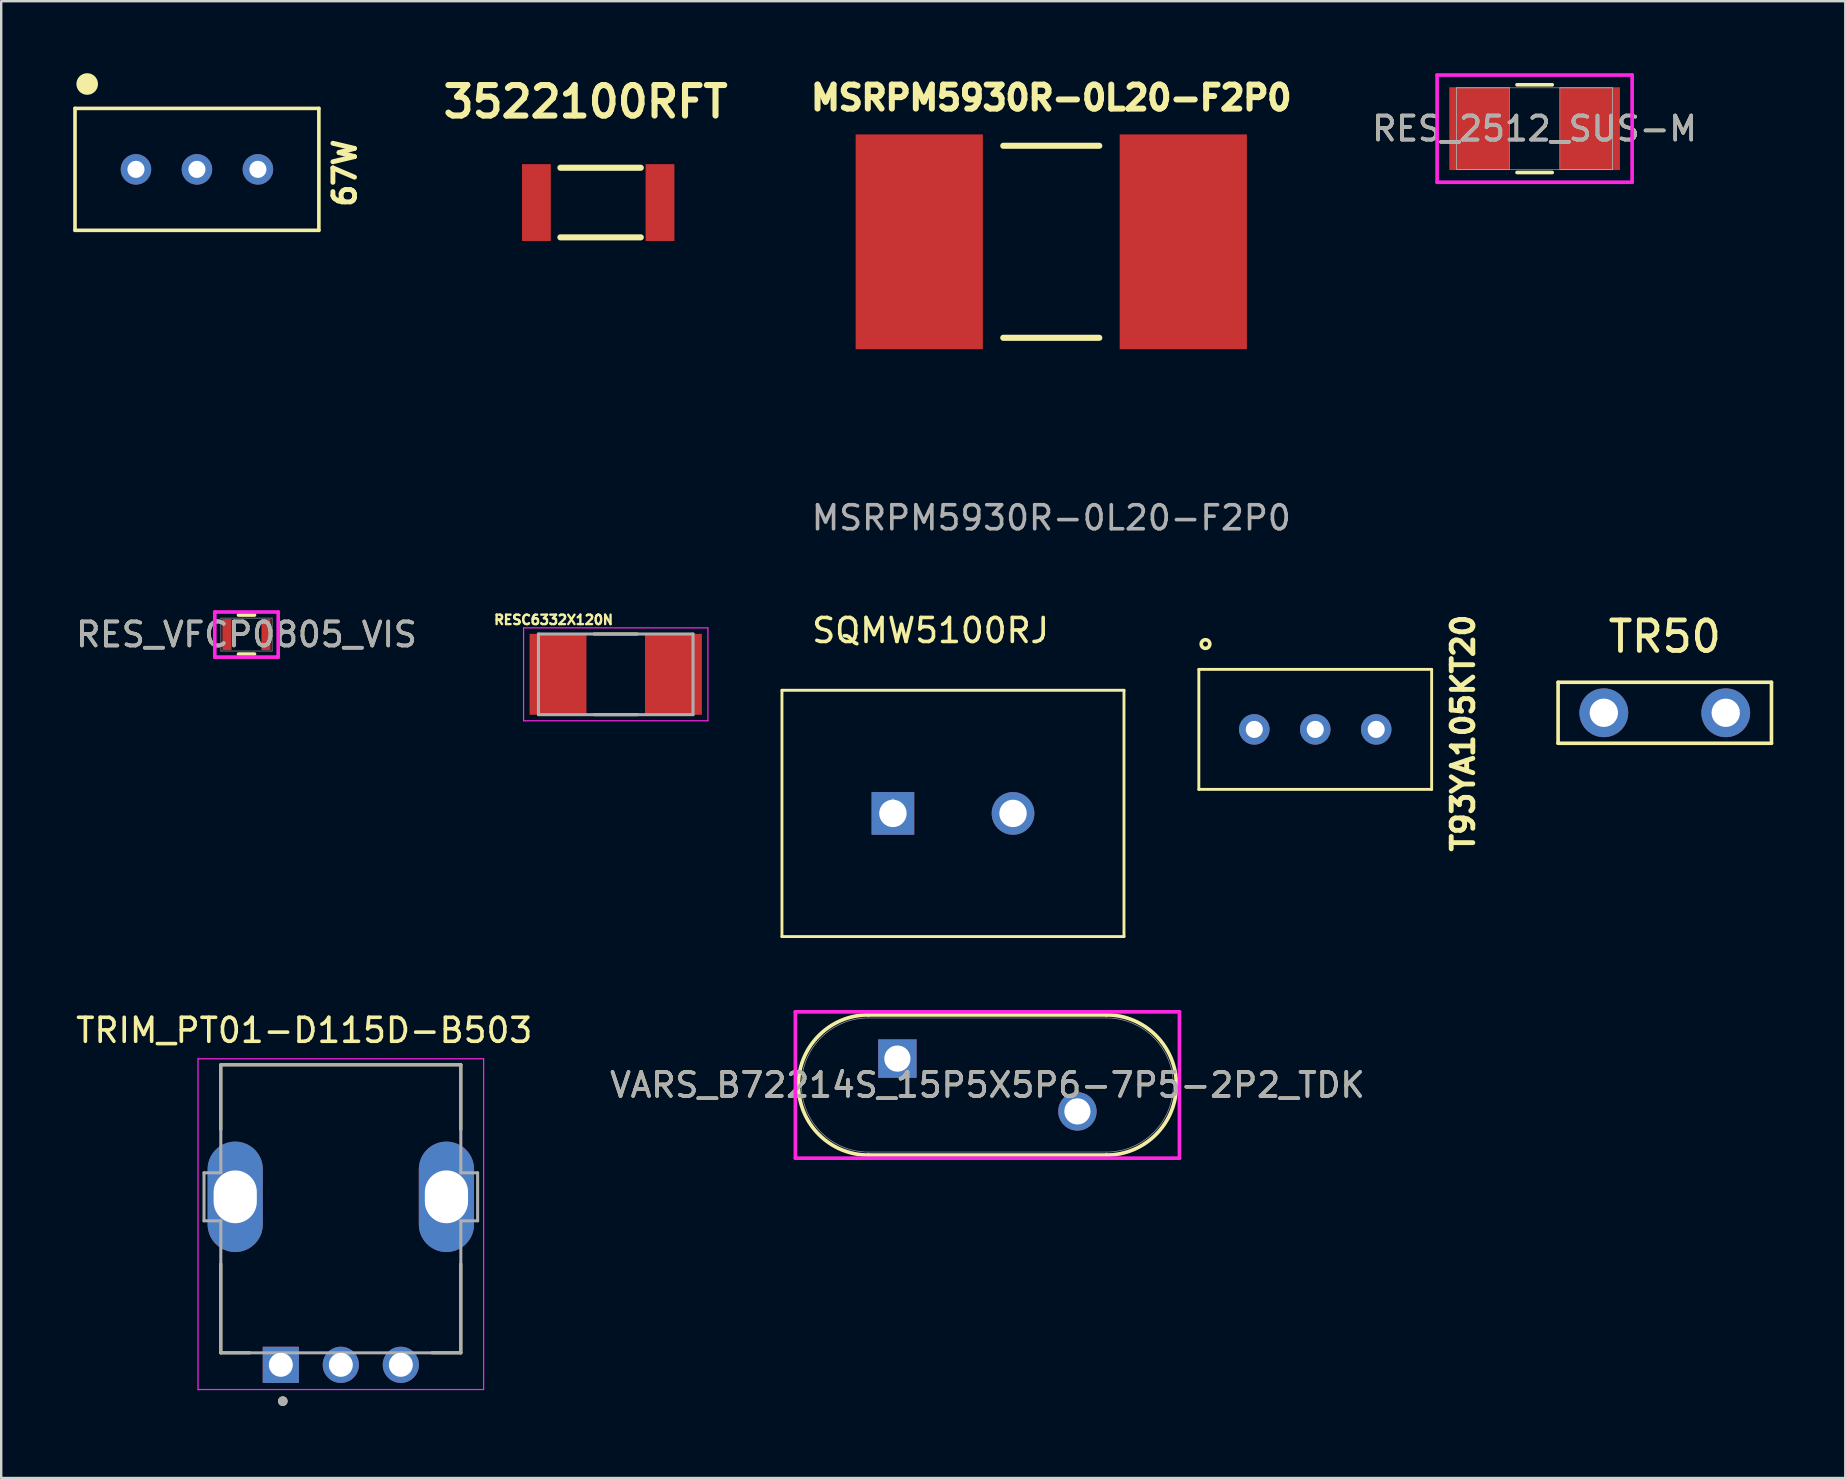
<source format=kicad_pcb>
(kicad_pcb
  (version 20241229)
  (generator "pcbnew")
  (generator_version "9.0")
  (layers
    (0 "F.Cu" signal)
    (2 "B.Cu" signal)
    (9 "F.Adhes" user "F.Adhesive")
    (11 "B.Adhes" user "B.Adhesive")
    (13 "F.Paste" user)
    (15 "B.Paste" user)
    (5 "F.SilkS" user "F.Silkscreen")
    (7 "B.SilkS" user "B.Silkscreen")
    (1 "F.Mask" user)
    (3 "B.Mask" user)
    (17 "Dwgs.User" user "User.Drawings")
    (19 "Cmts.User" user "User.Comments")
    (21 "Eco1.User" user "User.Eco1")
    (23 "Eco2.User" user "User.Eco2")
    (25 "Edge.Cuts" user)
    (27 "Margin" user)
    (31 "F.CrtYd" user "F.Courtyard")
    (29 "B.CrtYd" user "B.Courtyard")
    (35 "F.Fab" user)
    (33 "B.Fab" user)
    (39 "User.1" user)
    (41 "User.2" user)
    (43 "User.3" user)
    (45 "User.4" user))
  (footprint "SQMW5100RJ"
    (layer "F.Cu")
    (at 34.152 30.84)
    (property "Reference" "SQMW5100RJ" (at 1.57 -7.62 0) (layer "F.SilkS") (effects (font (size 1 1) (thickness 0.15))))
    (attr through_hole)
    (fp_line (start -4.623 -5.131) (end -4.623 5.131) (stroke (width 0.12) (type solid)) (layer "F.SilkS"))
    (fp_line (start 9.627 -5.131) (end -4.623 -5.131) (stroke (width 0.12) (type solid)) (layer "F.SilkS"))
    (fp_line (start 9.627 -5.131) (end 9.627 5.131) (stroke (width 0.12) (type solid)) (layer "F.SilkS"))
    (fp_line (start 9.627 5.131) (end -4.623 5.131) (stroke (width 0.12) (type solid)) (layer "F.SilkS"))
    (fp_text user "*" (at 0 0 0) (layer "F.Fab") (effects (font (size 1 1) (thickness 0.15))))
    (pad "1" thru_hole rect (at 0 0) (size 1.778 1.778) (drill 1.143) (layers "*.Cu" "*.Mask"))
    (pad "2" thru_hole circle (at 5.004 0) (size 1.778 1.778) (drill 1.143) (layers "*.Cu" "*.Mask")))
  (footprint "RESC6332X120N"
    (layer "F.Cu")
    (at 22.604 25.045)
    (property "Reference" "RESC6332X120N" (at -2.59 -2.27 0) (layer "F.SilkS") (effects (font (size 0.394 0.394) (thickness 0.098))))
    (attr smd)
    (fp_line (start -0.9 -1.68) (end 0.9 -1.68) (stroke (width 0.127) (type solid)) (layer "F.SilkS"))
    (fp_line (start -0.9 1.68) (end 0.9 1.68) (stroke (width 0.127) (type solid)) (layer "F.SilkS"))
    (fp_line (start -3.84 -1.935) (end 3.84 -1.935) (stroke (width 0.05) (type solid)) (layer "F.CrtYd"))
    (fp_line (start -3.84 1.935) (end -3.84 -1.935) (stroke (width 0.05) (type solid)) (layer "F.CrtYd"))
    (fp_line (start -3.84 1.935) (end 3.84 1.935) (stroke (width 0.05) (type solid)) (layer "F.CrtYd"))
    (fp_line (start 3.84 1.935) (end 3.84 -1.935) (stroke (width 0.05) (type solid)) (layer "F.CrtYd"))
    (fp_line (start -3.22 1.68) (end -3.22 -1.68) (stroke (width 0.127) (type solid)) (layer "F.Fab"))
    (fp_line (start 3.22 -1.68) (end -3.22 -1.68) (stroke (width 0.127) (type solid)) (layer "F.Fab"))
    (fp_line (start 3.22 1.68) (end -3.22 1.68) (stroke (width 0.127) (type solid)) (layer "F.Fab"))
    (fp_line (start 3.22 1.68) (end 3.22 -1.68) (stroke (width 0.127) (type solid)) (layer "F.Fab"))
    (pad "1" smd rect (at -2.405 0) (size 2.37 3.37) (layers "F.Cu" "F.Mask" "F.Paste"))
    (pad "2" smd rect (at 2.405 0) (size 2.37 3.37) (layers "F.Cu" "F.Mask" "F.Paste")))
  (footprint "TR50"
    (layer "F.Cu")
    (at 66.311 26.647)
    (property "Reference" "TR50" (at 0 -3.175 0) (layer "F.SilkS") (effects (font (size 1.27 1.27) (thickness 0.203))))
    (attr through_hole)
    (fp_line (start -4.445 -1.27) (end -4.445 1.27) (stroke (width 0.15) (type solid)) (layer "F.SilkS"))
    (fp_line (start -4.445 1.27) (end 4.445 1.27) (stroke (width 0.15) (type solid)) (layer "F.SilkS"))
    (fp_line (start 4.445 -1.27) (end -4.445 -1.27) (stroke (width 0.15) (type solid)) (layer "F.SilkS"))
    (fp_line (start 4.445 1.27) (end 4.445 -1.27) (stroke (width 0.15) (type solid)) (layer "F.SilkS"))
    (pad "1" thru_hole circle (at -2.54 0) (size 2.032 2.032) (drill 1.181) (layers "*.Cu" "*.Mask"))
    (pad "2" thru_hole circle (at 2.54 0) (size 2.032 2.032) (drill 1.181) (layers "*.Cu" "*.Mask")))
  (footprint "MSRPM5930R-0L20-F2P0"
    (layer "F.Cu")
    (at 40.75 7.024)
    (property "Reference" "MSRPM5930R-0L20-F2P0" (at 0 -6 0) (unlocked yes) (layer "F.SilkS") (effects (font (size 1 1) (thickness 0.25))))
    (attr smd)
    (fp_line (start -2 -4) (end 2 -4) (stroke (width 0.254) (type default)) (layer "F.SilkS"))
    (fp_line (start -2 4) (end 2 4) (stroke (width 0.254) (type default)) (layer "F.SilkS"))
    (fp_text user "${REFERENCE}" (at 0 11.5 0) (unlocked yes) (layer "F.Fab") (effects (font (size 1 1) (thickness 0.15))))
    (pad "1" smd rect (at -5.5 0 270) (size 8.95 5.3) (layers "F.Cu" "F.Mask" "F.Paste"))
    (pad "2" smd rect (at 5.5 0 270) (size 8.95 5.3) (layers "F.Cu" "F.Mask" "F.Paste")))
  (footprint "RES_VFCP0805_VIS"
    (layer "F.Cu")
    (at 7.22 23.388)
    (property "Reference" "RES_VFCP0805_VIS" (at 0 0 0) (unlocked yes) (layer "F.SilkS") (effects (font (size 1 1) (thickness 0.15))))
    (attr smd)
    (fp_line (start -0.333 0.813) (end 0.333 0.813) (stroke (width 0.152) (type solid)) (layer "F.SilkS"))
    (fp_line (start 0.333 -0.813) (end -0.333 -0.813) (stroke (width 0.152) (type solid)) (layer "F.SilkS"))
    (fp_line (start -1.321 -0.94) (end 1.321 -0.94) (stroke (width 0.152) (type solid)) (layer "F.CrtYd"))
    (fp_line (start -1.321 -0.902) (end -1.321 -0.94) (stroke (width 0.152) (type solid)) (layer "F.CrtYd"))
    (fp_line (start -1.321 -0.902) (end -1.321 -0.902) (stroke (width 0.152) (type solid)) (layer "F.CrtYd"))
    (fp_line (start -1.321 0.902) (end -1.321 -0.902) (stroke (width 0.152) (type solid)) (layer "F.CrtYd"))
    (fp_line (start -1.321 0.902) (end -1.321 0.902) (stroke (width 0.152) (type solid)) (layer "F.CrtYd"))
    (fp_line (start -1.321 0.94) (end -1.321 0.902) (stroke (width 0.152) (type solid)) (layer "F.CrtYd"))
    (fp_line (start 1.321 -0.94) (end 1.321 -0.902) (stroke (width 0.152) (type solid)) (layer "F.CrtYd"))
    (fp_line (start 1.321 -0.902) (end 1.321 -0.902) (stroke (width 0.152) (type solid)) (layer "F.CrtYd"))
    (fp_line (start 1.321 -0.902) (end 1.321 0.902) (stroke (width 0.152) (type solid)) (layer "F.CrtYd"))
    (fp_line (start 1.321 0.902) (end 1.321 0.902) (stroke (width 0.152) (type solid)) (layer "F.CrtYd"))
    (fp_line (start 1.321 0.902) (end 1.321 0.94) (stroke (width 0.152) (type solid)) (layer "F.CrtYd"))
    (fp_line (start 1.321 0.94) (end -1.321 0.94) (stroke (width 0.152) (type solid)) (layer "F.CrtYd"))
    (fp_line (start -1.067 -0.686) (end -1.067 0.686) (stroke (width 0.025) (type solid)) (layer "F.Fab"))
    (fp_line (start -1.067 0.686) (end 1.067 0.686) (stroke (width 0.025) (type solid)) (layer "F.Fab"))
    (fp_line (start 1.067 -0.686) (end -1.067 -0.686) (stroke (width 0.025) (type solid)) (layer "F.Fab"))
    (fp_line (start 1.067 0.686) (end 1.067 -0.686) (stroke (width 0.025) (type solid)) (layer "F.Fab"))
    (fp_text user "${REFERENCE}" (at 0 0 0) (unlocked yes) (layer "F.Fab") (effects (font (size 1 1) (thickness 0.15))))
    (pad "1" smd rect (at -0.813 0) (size 0.381 1.295) (layers "F.Cu" "F.Mask" "F.Paste"))
    (pad "2" smd rect (at 0.813 0) (size 0.381 1.295) (layers "F.Cu" "F.Mask" "F.Paste")))
  (footprint "VARS_B72214S_15P5X5P6-7P5-2P2_TDK"
    (layer "F.Cu")
    (at 38.089 42.155)
    (property "Reference" "VARS_B72214S_15P5X5P6-7P5-2P2_TDK" (at 0 0 0) (unlocked yes) (layer "F.SilkS") (effects (font (size 1 1) (thickness 0.15))))
    (attr through_hole)
    (fp_line (start -4.953 -2.921) (end 4.953 -2.921) (stroke (width 0.152) (type solid)) (layer "F.SilkS"))
    (fp_line (start -4.953 2.921) (end 4.953 2.921) (stroke (width 0.152) (type solid)) (layer "F.SilkS"))
    (fp_arc (start -4.953 2.921) (mid -7.874 0) (end -4.953 -2.921) (stroke (width 0.1524) (type solid)) (layer "F.SilkS"))
    (fp_arc (start 4.953 -2.921) (mid 7.018459 -2.065459) (end 7.874 0) (stroke (width 0.1524) (type solid)) (layer "F.SilkS"))
    (fp_arc (start 7.874 0) (mid 7.018459 2.065459) (end 4.953 2.921) (stroke (width 0.1524) (type solid)) (layer "F.SilkS"))
    (fp_line (start -8.001 -3.048) (end 8.001 -3.048) (stroke (width 0.152) (type solid)) (layer "F.CrtYd"))
    (fp_line (start -8.001 3.048) (end -8.001 -3.048) (stroke (width 0.152) (type solid)) (layer "F.CrtYd"))
    (fp_line (start 8.001 -3.048) (end 8.001 3.048) (stroke (width 0.152) (type solid)) (layer "F.CrtYd"))
    (fp_line (start 8.001 3.048) (end -8.001 3.048) (stroke (width 0.152) (type solid)) (layer "F.CrtYd"))
    (fp_line (start -4.953 -2.794) (end 4.953 -2.794) (stroke (width 0.025) (type solid)) (layer "F.Fab"))
    (fp_line (start -4.953 2.794) (end 4.953 2.794) (stroke (width 0.025) (type solid)) (layer "F.Fab"))
    (fp_arc (start -4.953 2.794) (mid -7.747 0) (end -4.953 -2.794) (stroke (width 0.0254) (type solid)) (layer "F.Fab"))
    (fp_arc (start 4.953 -2.794) (mid 7.747 0) (end 4.953 2.794) (stroke (width 0.0254) (type solid)) (layer "F.Fab"))
    (fp_text user "${REFERENCE}" (at 0 0 0) (unlocked yes) (layer "F.Fab") (effects (font (size 1 1) (thickness 0.15))))
    (pad "1" thru_hole rect (at -3.75 -1.1) (size 1.6 1.6) (drill 1.092) (layers "*.Cu" "*.Mask"))
    (pad "2" thru_hole circle (at 3.75 1.1) (size 1.6 1.6) (drill 1.092) (layers "*.Cu" "*.Mask")))
  (footprint "RES_2512_SUS-M"
    (layer "F.Cu")
    (at 60.888 2.31)
    (property "Reference" "RES_2512_SUS-M" (at 0 0 0) (unlocked yes) (layer "F.SilkS") (effects (font (size 1 1) (thickness 0.15))))
    (attr smd)
    (fp_line (start -0.733 1.827) (end 0.733 1.827) (stroke (width 0.152) (type solid)) (layer "F.SilkS"))
    (fp_line (start 0.733 -1.827) (end -0.733 -1.827) (stroke (width 0.152) (type solid)) (layer "F.SilkS"))
    (fp_line (start -4.063 -2.233) (end 4.063 -2.233) (stroke (width 0.152) (type solid)) (layer "F.CrtYd"))
    (fp_line (start -4.063 2.233) (end -4.063 -2.233) (stroke (width 0.152) (type solid)) (layer "F.CrtYd"))
    (fp_line (start 4.063 -2.233) (end 4.063 2.233) (stroke (width 0.152) (type solid)) (layer "F.CrtYd"))
    (fp_line (start 4.063 2.233) (end -4.063 2.233) (stroke (width 0.152) (type solid)) (layer "F.CrtYd"))
    (fp_line (start -3.25 -1.7) (end -3.25 1.7) (stroke (width 0.025) (type solid)) (layer "F.Fab"))
    (fp_line (start -3.25 -1.7) (end -3.25 1.7) (stroke (width 0.025) (type solid)) (layer "F.Fab"))
    (fp_line (start -3.25 1.7) (end -1.05 1.7) (stroke (width 0.025) (type solid)) (layer "F.Fab"))
    (fp_line (start -3.25 1.7) (end 3.25 1.7) (stroke (width 0.025) (type solid)) (layer "F.Fab"))
    (fp_line (start -1.05 -1.7) (end -3.25 -1.7) (stroke (width 0.025) (type solid)) (layer "F.Fab"))
    (fp_line (start -1.05 1.7) (end -1.05 -1.7) (stroke (width 0.025) (type solid)) (layer "F.Fab"))
    (fp_line (start 1.05 -1.7) (end 1.05 1.7) (stroke (width 0.025) (type solid)) (layer "F.Fab"))
    (fp_line (start 1.05 1.7) (end 3.25 1.7) (stroke (width 0.025) (type solid)) (layer "F.Fab"))
    (fp_line (start 3.25 -1.7) (end -3.25 -1.7) (stroke (width 0.025) (type solid)) (layer "F.Fab"))
    (fp_line (start 3.25 -1.7) (end 1.05 -1.7) (stroke (width 0.025) (type solid)) (layer "F.Fab"))
    (fp_line (start 3.25 1.7) (end 3.25 -1.7) (stroke (width 0.025) (type solid)) (layer "F.Fab"))
    (fp_line (start 3.25 1.7) (end 3.25 -1.7) (stroke (width 0.025) (type solid)) (layer "F.Fab"))
    (fp_text user "${REFERENCE}" (at 0 0 0) (unlocked yes) (layer "F.Fab") (effects (font (size 1 1) (thickness 0.15))))
    (pad "1" smd rect (at -2.302 0) (size 2.505 3.451) (layers "F.Cu" "F.Mask" "F.Paste"))
    (pad "2" smd rect (at 2.302 0) (size 2.505 3.451) (layers "F.Cu" "F.Mask" "F.Paste"))
    (zone (net_name "") (layer "F.Cu") (hatch full 0.508) (connect_pads) (min_thickness 0.254) (filled_areas_thickness no) (keepout (tracks not_allowed) (vias not_allowed) (pads allowed) (copperpour not_allowed) (footprints allowed)) (placement (enabled no)) (fill) (polygon (pts (xy 59.888 0.66) (xy 61.887 0.66) (xy 61.887 3.959) (xy 59.888 3.959)))))
  (footprint "67W"
    (layer "F.Cu")
    (at 5.155 4.006)
    (property "Reference" "67W" (at 6.159 0.155 270) (layer "F.SilkS") (effects (font (size 0.9 0.9) (thickness 0.203))))
    (attr through_hole)
    (fp_line (start -5.08 -2.54) (end 5.08 -2.54) (stroke (width 0.15) (type solid)) (layer "F.SilkS"))
    (fp_line (start -5.08 2.54) (end -5.08 -2.54) (stroke (width 0.15) (type solid)) (layer "F.SilkS"))
    (fp_line (start 5.08 -2.54) (end 5.08 2.54) (stroke (width 0.15) (type solid)) (layer "F.SilkS"))
    (fp_line (start 5.08 2.54) (end -5.08 2.54) (stroke (width 0.15) (type solid)) (layer "F.SilkS"))
    (fp_circle (center -4.572 -3.556) (end -4.272 -3.556) (stroke (width 0.3) (type solid)) (fill yes) (layer "F.SilkS"))
    (pad "1" thru_hole circle (at -2.54 0) (size 1.27 1.27) (drill 0.711) (layers "*.Cu" "*.Mask"))
    (pad "2" thru_hole circle (at 0 0) (size 1.27 1.27) (drill 0.711) (layers "*.Cu" "*.Mask"))
    (pad "3" thru_hole circle (at 2.54 0) (size 1.27 1.27) (drill 0.711) (layers "*.Cu" "*.Mask")))
  (footprint "3522100RFT"
    (layer "F.Cu")
    (at 19.298 5.389)
    (property "Reference" "3522100RFT" (at 2.05 -4.2 0) (layer "F.SilkS") (effects (font (size 1.27 1.27) (thickness 0.254))))
    (attr through_hole)
    (fp_line (start 1 -1.45) (end 4.35 -1.45) (stroke (width 0.254) (type solid)) (layer "F.SilkS"))
    (fp_line (start 1 1.45) (end 4.35 1.45) (stroke (width 0.254) (type solid)) (layer "F.SilkS"))
    (pad "1" smd rect (at 0 0) (size 1.2 3.2) (layers "F.Cu" "F.Mask" "F.Paste"))
    (pad "2" smd rect (at 5.15 0) (size 1.2 3.2) (layers "F.Cu" "F.Mask" "F.Paste")))
  (footprint "TRIM_PT01-D115D-B503"
    (layer "F.Cu")
    (at 11.15 46.814)
    (property "Reference" "TRIM_PT01-D115D-B503" (at -1.525 -6.935 0) (layer "F.SilkS") (effects (font (size 1 1) (thickness 0.15))))
    (attr through_hole)
    (fp_line (start -5 -5.5) (end 5 -5.5) (stroke (width 0.127) (type solid)) (layer "F.SilkS"))
    (fp_line (start -5 -2.8) (end -5 -5.5) (stroke (width 0.127) (type solid)) (layer "F.SilkS"))
    (fp_line (start -5 2.8) (end -5 6.5) (stroke (width 0.127) (type solid)) (layer "F.SilkS"))
    (fp_line (start -5 6.5) (end -3.8 6.5) (stroke (width 0.127) (type solid)) (layer "F.SilkS"))
    (fp_line (start 5 -5.5) (end 5 -2.8) (stroke (width 0.127) (type solid)) (layer "F.SilkS"))
    (fp_line (start 5 2.8) (end 5 6.5) (stroke (width 0.127) (type solid)) (layer "F.SilkS"))
    (fp_line (start 5 6.5) (end 3.8 6.5) (stroke (width 0.127) (type solid)) (layer "F.SilkS"))
    (fp_circle (center -2.418 8.514) (end -2.318 8.514) (stroke (width 0.2) (type solid)) (fill no) (layer "F.SilkS"))
    (fp_line (start -5.95 -5.75) (end 5.95 -5.75) (stroke (width 0.05) (type solid)) (layer "F.CrtYd"))
    (fp_line (start -5.95 8.03) (end -5.95 -5.75) (stroke (width 0.05) (type solid)) (layer "F.CrtYd"))
    (fp_line (start 5.95 -5.75) (end 5.95 8.03) (stroke (width 0.05) (type solid)) (layer "F.CrtYd"))
    (fp_line (start 5.95 8.03) (end -5.95 8.03) (stroke (width 0.05) (type solid)) (layer "F.CrtYd"))
    (fp_line (start -5.7 -1) (end -5 -1) (stroke (width 0.127) (type solid)) (layer "F.Fab"))
    (fp_line (start -5.7 1) (end -5.7 -1) (stroke (width 0.127) (type solid)) (layer "F.Fab"))
    (fp_line (start -5 -5.5) (end 5 -5.5) (stroke (width 0.127) (type solid)) (layer "F.Fab"))
    (fp_line (start -5 -1) (end -5 -5.5) (stroke (width 0.127) (type solid)) (layer "F.Fab"))
    (fp_line (start -5 1) (end -5.7 1) (stroke (width 0.127) (type solid)) (layer "F.Fab"))
    (fp_line (start -5 6.5) (end -5 1) (stroke (width 0.127) (type solid)) (layer "F.Fab"))
    (fp_line (start -5 6.5) (end 5 6.5) (stroke (width 0.127) (type solid)) (layer "F.Fab"))
    (fp_line (start 5 -5.5) (end 5 -1) (stroke (width 0.127) (type solid)) (layer "F.Fab"))
    (fp_line (start 5 -1) (end 5.7 -1) (stroke (width 0.127) (type solid)) (layer "F.Fab"))
    (fp_line (start 5 1) (end 5 6.5) (stroke (width 0.127) (type solid)) (layer "F.Fab"))
    (fp_line (start 5.7 -1) (end 5.7 1) (stroke (width 0.127) (type solid)) (layer "F.Fab"))
    (fp_line (start 5.7 1) (end 5 1) (stroke (width 0.127) (type solid)) (layer "F.Fab"))
    (fp_circle (center -2.418 8.514) (end -2.318 8.514) (stroke (width 0.2) (type solid)) (fill no) (layer "F.Fab"))
    (pad "1" thru_hole rect (at -2.5 7) (size 1.508 1.508) (drill 1) (layers "*.Cu" "*.Mask"))
    (pad "2" thru_hole circle (at 0 7) (size 1.508 1.508) (drill 1) (layers "*.Cu" "*.Mask"))
    (pad "3" thru_hole circle (at 2.5 7) (size 1.508 1.508) (drill 1) (layers "*.Cu" "*.Mask"))
    (pad "S1" thru_hole oval (at -4.4 0) (size 2.3 4.6) (drill oval 1.8 2.2) (layers "*.Cu" "*.Mask"))
    (pad "S2" thru_hole oval (at 4.4 0) (size 2.3 4.6) (drill oval 1.8 2.2) (layers "*.Cu" "*.Mask")))
  (footprint "T93YA105KT20"
    (layer "F.Cu")
    (at 51.748 27.339)
    (property "Reference" "T93YA105KT20" (at 6.159 0.155 270) (layer "F.SilkS") (effects (font (size 0.9 0.9) (thickness 0.203))))
    (attr through_hole)
    (fp_line (start -4.85 -2.5) (end -4.85 2.5) (stroke (width 0.12) (type solid)) (layer "F.SilkS"))
    (fp_line (start -4.85 2.5) (end 4.85 2.5) (stroke (width 0.12) (type solid)) (layer "F.SilkS"))
    (fp_line (start 4.85 -2.5) (end -4.85 -2.5) (stroke (width 0.12) (type solid)) (layer "F.SilkS"))
    (fp_line (start 4.85 -2.5) (end 4.85 2.5) (stroke (width 0.12) (type solid)) (layer "F.SilkS"))
    (fp_circle (center -4.572 -3.556) (end -4.547 -3.734) (stroke (width 0.15) (type solid)) (fill no) (layer "F.SilkS"))
    (pad "1" thru_hole circle (at -2.54 0) (size 1.27 1.27) (drill 0.711) (layers "*.Cu" "*.Mask"))
    (pad "2" thru_hole circle (at 0 0) (size 1.27 1.27) (drill 0.711) (layers "*.Cu" "*.Mask"))
    (pad "3" thru_hole circle (at 2.54 0) (size 1.27 1.27) (drill 0.711) (layers "*.Cu" "*.Mask")))
  (gr_rect
    (start -3 -3)
    (end 73.831 58.528)
    (stroke (width 0.1) (type default))
    (fill no)
    (layer "Edge.Cuts")))
</source>
